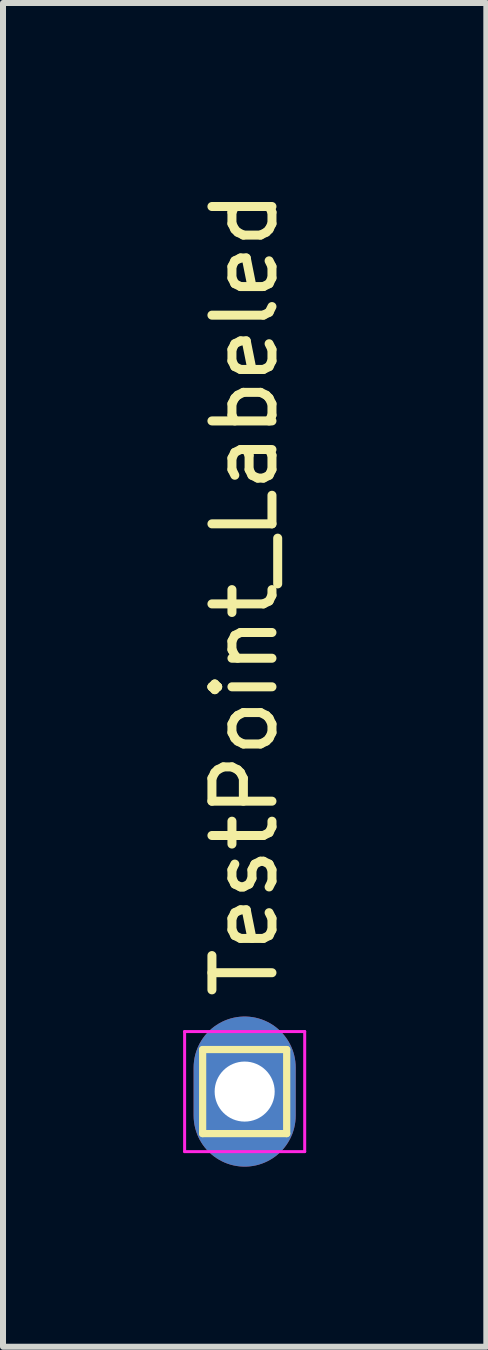
<source format=kicad_pcb>
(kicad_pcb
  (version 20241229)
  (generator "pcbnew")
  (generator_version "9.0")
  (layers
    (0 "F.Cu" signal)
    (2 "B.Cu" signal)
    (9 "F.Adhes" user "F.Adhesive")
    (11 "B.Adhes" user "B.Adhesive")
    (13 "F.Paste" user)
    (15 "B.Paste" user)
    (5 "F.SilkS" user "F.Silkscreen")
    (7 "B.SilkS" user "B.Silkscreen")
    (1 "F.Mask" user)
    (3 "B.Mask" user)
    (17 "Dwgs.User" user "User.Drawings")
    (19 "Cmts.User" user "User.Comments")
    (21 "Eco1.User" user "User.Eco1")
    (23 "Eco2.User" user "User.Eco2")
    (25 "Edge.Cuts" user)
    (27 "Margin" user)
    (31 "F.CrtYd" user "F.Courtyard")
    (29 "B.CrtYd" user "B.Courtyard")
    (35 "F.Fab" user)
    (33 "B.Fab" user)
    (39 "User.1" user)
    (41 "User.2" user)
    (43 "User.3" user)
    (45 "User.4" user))
  (footprint "TestPoint_Labeled"
    (layer "F.Cu")
    (at 1.025 15.131)
    (property "Reference" "TestPoint_Labeled" (at 0 -1.5 90) (layer "F.SilkS") (effects (font (size 1 1) (thickness 0.15)) (justify left)))
    (attr exclude_from_pos_files exclude_from_bom)
    (fp_line (start -0.7 -0.7) (end 0.7 -0.7) (stroke (width 0.12) (type solid)) (layer "F.SilkS"))
    (fp_line (start -0.7 0.7) (end -0.7 -0.7) (stroke (width 0.12) (type solid)) (layer "F.SilkS"))
    (fp_line (start 0.7 -0.7) (end 0.7 0.7) (stroke (width 0.12) (type solid)) (layer "F.SilkS"))
    (fp_line (start 0.7 0.7) (end -0.7 0.7) (stroke (width 0.12) (type solid)) (layer "F.SilkS"))
    (fp_line (start -1 -1) (end -1 1) (stroke (width 0.05) (type solid)) (layer "F.CrtYd"))
    (fp_line (start -1 -1) (end 1 -1) (stroke (width 0.05) (type solid)) (layer "F.CrtYd"))
    (fp_line (start 1 1) (end -1 1) (stroke (width 0.05) (type solid)) (layer "F.CrtYd"))
    (fp_line (start 1 1) (end 1 -1) (stroke (width 0.05) (type solid)) (layer "F.CrtYd"))
    (pad "1" thru_hole oval (at 0 0) (size 1.7 2.5) (drill 1) (layers "*.Cu" "*.Mask")))
  (gr_rect
    (start -3 -3)
    (end 5.05 19.381)
    (stroke (width 0.1) (type default))
    (fill no)
    (layer "Edge.Cuts")))
</source>
